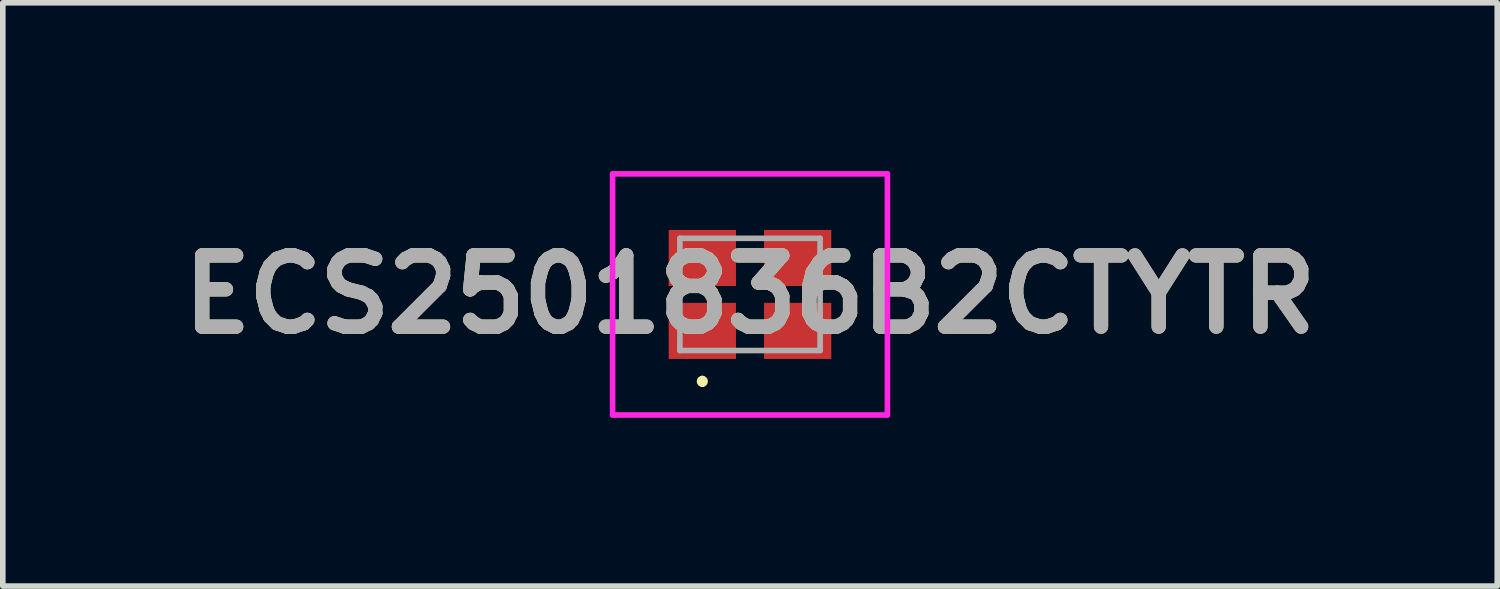
<source format=kicad_pcb>
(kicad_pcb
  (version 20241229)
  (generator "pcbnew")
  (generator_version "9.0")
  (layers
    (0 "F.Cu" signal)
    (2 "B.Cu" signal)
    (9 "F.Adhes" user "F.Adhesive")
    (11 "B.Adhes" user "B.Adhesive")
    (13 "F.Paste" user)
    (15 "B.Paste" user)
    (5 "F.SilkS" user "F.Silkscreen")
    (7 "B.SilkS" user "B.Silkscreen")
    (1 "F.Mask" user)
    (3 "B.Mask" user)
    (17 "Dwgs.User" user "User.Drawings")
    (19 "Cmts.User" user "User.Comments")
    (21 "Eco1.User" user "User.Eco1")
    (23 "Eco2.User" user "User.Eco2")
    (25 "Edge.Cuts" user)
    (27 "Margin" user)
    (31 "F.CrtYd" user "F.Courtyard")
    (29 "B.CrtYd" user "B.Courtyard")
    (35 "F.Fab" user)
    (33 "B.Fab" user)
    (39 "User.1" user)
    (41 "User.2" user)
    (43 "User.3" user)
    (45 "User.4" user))
  (footprint "ECS2501836B2CTYTR"
    (layer "F.Cu")
    (at 10.323 2.2)
    (property "Reference" "ECS2501836B2CTYTR" (at 0 0 0) (layer "F.SilkS") (effects (font (size 1.27 1.27) (thickness 0.254))))
    (attr smd)
    (fp_line (start -0.85 1.5) (end -0.85 1.5) (stroke (width 0.1) (type solid)) (layer "F.SilkS"))
    (fp_line (start -0.85 1.6) (end -0.85 1.6) (stroke (width 0.1) (type solid)) (layer "F.SilkS"))
    (fp_arc (start -0.85 1.5) (mid -0.8 1.55) (end -0.85 1.6) (stroke (width 0.1) (type solid)) (layer "F.SilkS"))
    (fp_arc (start -0.85 1.6) (mid -0.9 1.55) (end -0.85 1.5) (stroke (width 0.1) (type solid)) (layer "F.SilkS"))
    (fp_line (start -2.45 -2.15) (end 2.45 -2.15) (stroke (width 0.1) (type solid)) (layer "F.CrtYd"))
    (fp_line (start -2.45 2.15) (end -2.45 -2.15) (stroke (width 0.1) (type solid)) (layer "F.CrtYd"))
    (fp_line (start 2.45 -2.15) (end 2.45 2.15) (stroke (width 0.1) (type solid)) (layer "F.CrtYd"))
    (fp_line (start 2.45 2.15) (end -2.45 2.15) (stroke (width 0.1) (type solid)) (layer "F.CrtYd"))
    (fp_line (start -1.25 -1) (end -1.25 1) (stroke (width 0.1) (type solid)) (layer "F.Fab"))
    (fp_line (start -1.25 1) (end 1.25 1) (stroke (width 0.1) (type solid)) (layer "F.Fab"))
    (fp_line (start 1.25 -1) (end -1.25 -1) (stroke (width 0.1) (type solid)) (layer "F.Fab"))
    (fp_line (start 1.25 1) (end 1.25 -1) (stroke (width 0.1) (type solid)) (layer "F.Fab"))
    (fp_text user "${REFERENCE}" (at 0 0 0) (layer "F.Fab") (effects (font (size 1.27 1.27) (thickness 0.254))))
    (pad "1" smd rect (at -0.85 0.65 90) (size 1 1.2) (layers "F.Cu" "F.Mask" "F.Paste"))
    (pad "2" smd rect (at 0.85 0.65 90) (size 1 1.2) (layers "F.Cu" "F.Mask" "F.Paste"))
    (pad "3" smd rect (at 0.85 -0.65 90) (size 1 1.2) (layers "F.Cu" "F.Mask" "F.Paste"))
    (pad "4" smd rect (at -0.85 -0.65 90) (size 1 1.2) (layers "F.Cu" "F.Mask" "F.Paste")))
  (gr_rect
    (start -3 -3)
    (end 23.647 7.4)
    (stroke (width 0.1) (type default))
    (fill no)
    (layer "Edge.Cuts")))
</source>
